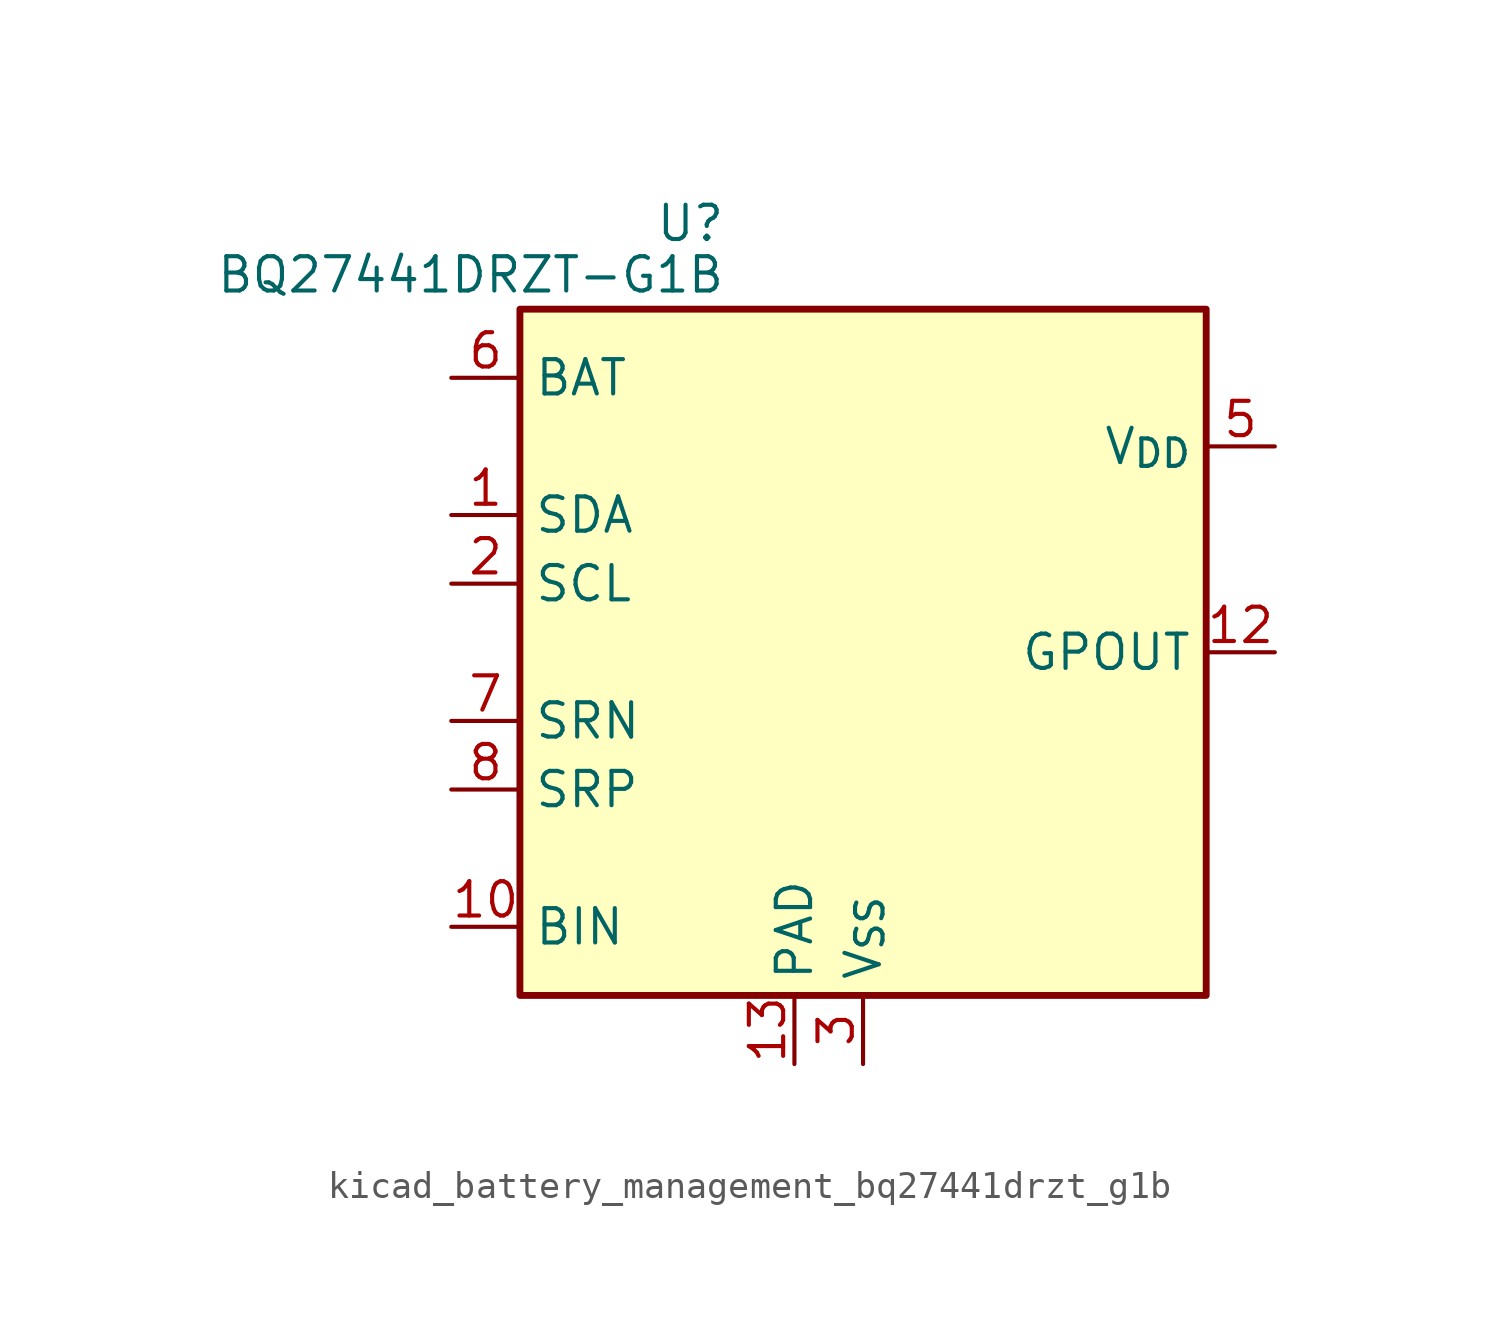
<source format=kicad_sym>
(kicad_symbol_lib
  (version 20220914)
  (generator kicad_symbol_editor)
  (symbol "kicad_battery_management_bq27441drzt_g1b"
    (property "Reference" "U"
      (at -5.08 15.875 0)
      (effects (font (size 1.27 1.27)) (justify right)))
    (property "Value" "BQ27441DRZT-G1B"
      (at -5.08 13.97 0)
      (effects (font (size 1.27 1.27)) (justify right)))
    (symbol "kicad_battery_management_bq27441drzt_g1b_0_1"
      (rectangle (start -12.7 12.7) (end 12.7 -12.7) (stroke (width 0.254) (type default)) (fill (type background))))
    (symbol "kicad_battery_management_bq27441drzt_g1b_1_1"
      (pin bidirectional line (at -15.24 5.08 0) (length 2.54) (name "SDA" (effects (font (size 1.27 1.27)))) (number "1" (effects (font (size 1.27 1.27)))))
      (pin input line (at -15.24 -10.16 0) (length 2.54) (name "BIN" (effects (font (size 1.27 1.27)))) (number "10" (effects (font (size 1.27 1.27)))))
      (pin no_connect line (at 10.16 -2.54 180) (length 2.54) hide (name "NC" (effects (font (size 1.27 1.27)))) (number "11" (effects (font (size 1.27 1.27)))))
      (pin output line (at 15.24 0 180) (length 2.54) (name "GPOUT" (effects (font (size 1.27 1.27)))) (number "12" (effects (font (size 1.27 1.27)))))
      (pin power_in line (at -2.54 -15.24 90) (length 2.54) (name "PAD" (effects (font (size 1.27 1.27)))) (number "13" (effects (font (size 1.27 1.27)))))
      (pin input line (at -15.24 2.54 0) (length 2.54) (name "SCL" (effects (font (size 1.27 1.27)))) (number "2" (effects (font (size 1.27 1.27)))))
      (pin power_in line (at 0 -15.24 90) (length 2.54) (name "V_{SS}" (effects (font (size 1.27 1.27)))) (number "3" (effects (font (size 1.27 1.27)))))
      (pin no_connect line (at 10.16 -7.62 180) (length 2.54) hide (name "NC" (effects (font (size 1.27 1.27)))) (number "4" (effects (font (size 1.27 1.27)))))
      (pin power_out line (at 15.24 7.62 180) (length 2.54) (name "V_{DD}" (effects (font (size 1.27 1.27)))) (number "5" (effects (font (size 1.27 1.27)))))
      (pin power_in line (at -15.24 10.16 0) (length 2.54) (name "BAT" (effects (font (size 1.27 1.27)))) (number "6" (effects (font (size 1.27 1.27)))))
      (pin input line (at -15.24 -2.54 0) (length 2.54) (name "SRN" (effects (font (size 1.27 1.27)))) (number "7" (effects (font (size 1.27 1.27)))))
      (pin input line (at -15.24 -5.08 0) (length 2.54) (name "SRP" (effects (font (size 1.27 1.27)))) (number "8" (effects (font (size 1.27 1.27)))))
      (pin no_connect line (at 10.16 -5.08 180) (length 2.54) hide (name "NC" (effects (font (size 1.27 1.27)))) (number "9" (effects (font (size 1.27 1.27))))))))
</source>
